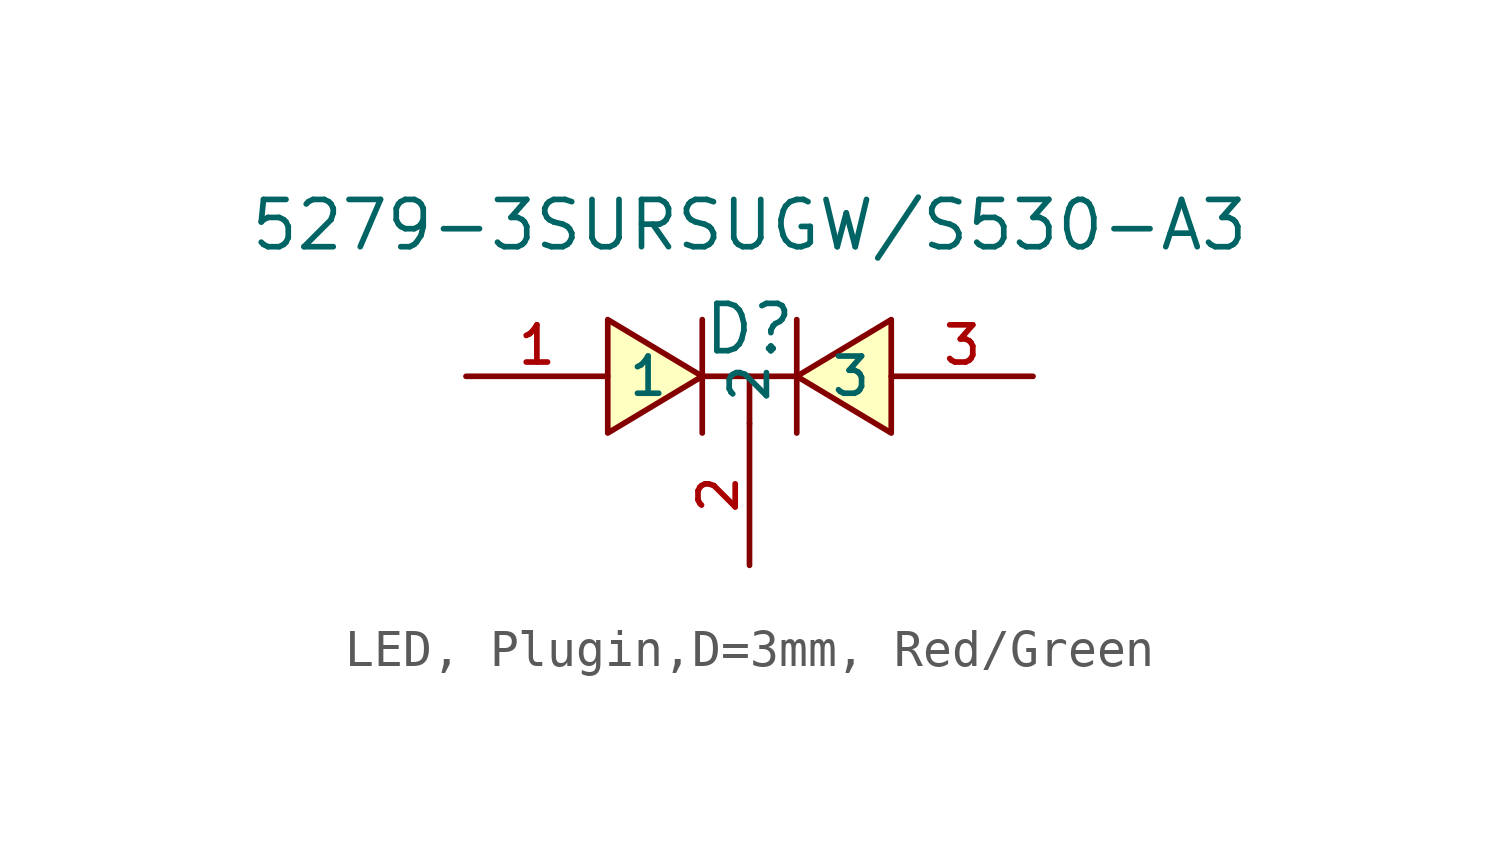
<source format=kicad_sym>
(kicad_symbol_lib
  (version 20231120)
  (generator "CDFER_Archive_Tool")
  (generator_version "0.0")
  (symbol "LED, Plugin,D=3mm, Red/Green"
    (property "Reference" "D"
      (at 0 1.27 0)
      (effects (font (size 1.27 1.27))))
    (property "Value" "5279-3SURSUGW/S530-A3"
      (at 0 4.064 0)
      (effects (font (size 1.27 1.27))))
    (symbol "LED, Plugin,D=3mm, Red/Green_0_1"
      (polyline (pts (xy -1.27 0) (xy 1.27 0)) (stroke (width 0) (type default)) (fill (type none)))
      (polyline (pts (xy -1.27 1.524) (xy -1.27 -1.524)) (stroke (width 0) (type default)) (fill (type none)))
      (polyline (pts (xy 0 0) (xy 0 -1.27)) (stroke (width 0) (type default)) (fill (type none)))
      (polyline (pts (xy 1.27 -1.524) (xy 1.27 1.524)) (stroke (width 0) (type default)) (fill (type none)))
      (polyline (pts (xy -3.81 -1.524) (xy -1.27 0) (xy -3.81 1.524) (xy -3.81 -1.524)) (stroke (width 0) (type default)) (fill (type background)))
      (polyline (pts (xy 3.81 1.524) (xy 1.27 0) (xy 3.81 -1.524) (xy 3.81 1.524)) (stroke (width 0) (type default)) (fill (type background)))
      (pin unspecified line (at -7.62 0 0) (length 3.81) (name "1" (effects (font (size 1 1)))) (number "1" (effects (font (size 1 1)))))
      (pin unspecified line (at 0 -5.08 90) (length 3.81) (name "2" (effects (font (size 1 1)))) (number "2" (effects (font (size 1 1)))))
      (pin unspecified line (at 7.62 0 180) (length 3.81) (name "3" (effects (font (size 1 1)))) (number "3" (effects (font (size 1 1))))))))
</source>
